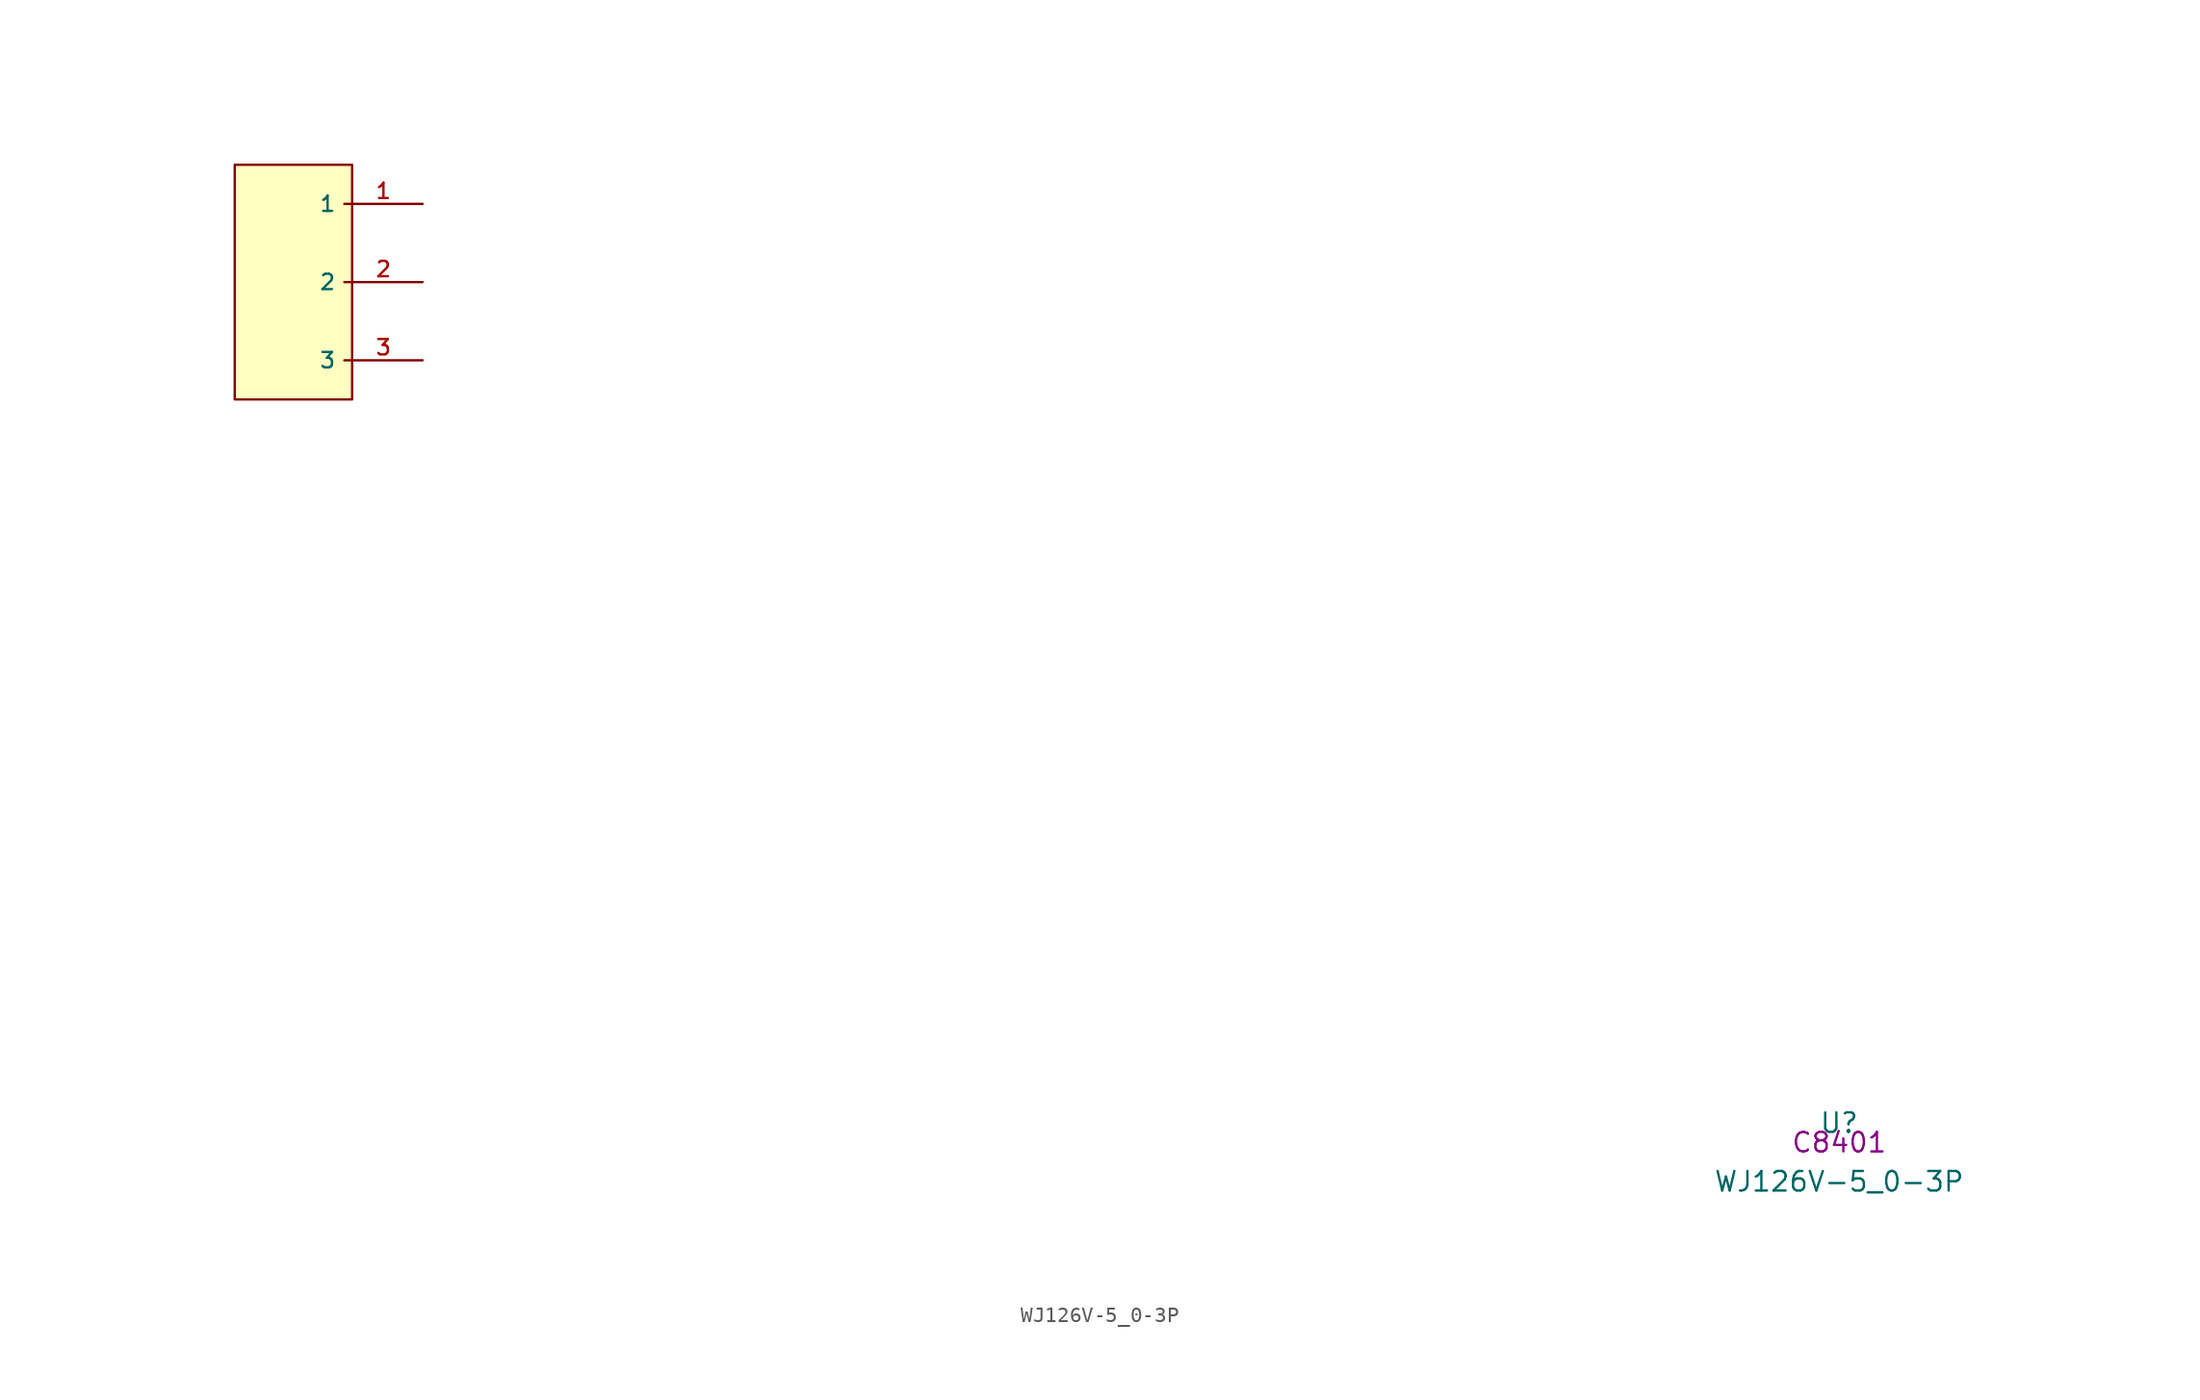
<source format=kicad_sym>
(kicad_symbol_lib
  (version 20210201)
  (generator TousstNicolas/JLC2KiCad_lib)
  (symbol "WJ126V-5_0-3P"
    (property "Reference" "U"
      (at 0 1.27 0)
      (effects (font (size 1.27 1.27))))
    (property "Value" "WJ126V-5_0-3P"
      (at 0 -2.54 0)
      (effects (font (size 1.27 1.27))))
    (property "LCSC" "C8401"
      (at 0 0 0)
      (effects (font (size 1.27 1.27))))
    (symbol "WJ126V-5_0-3P_0_0"
      (rectangle (start -104.14 63.5) (end -96.52 48.26) (stroke (width 0) (type default) (color 0 0 0 0)) (fill (type background)))
      (pin input line (at -91.948 60.96 180) (length 5.08) (name "1" (effects (font (size 1 1)))) (number "1" (effects (font (size 1 1)))))
      (pin input line (at -91.948 55.88 180) (length 5.08) (name "2" (effects (font (size 1 1)))) (number "2" (effects (font (size 1 1)))))
      (pin input line (at -91.948 50.8 180) (length 5.08) (name "3" (effects (font (size 1 1)))) (number "3" (effects (font (size 1 1))))))))
</source>
